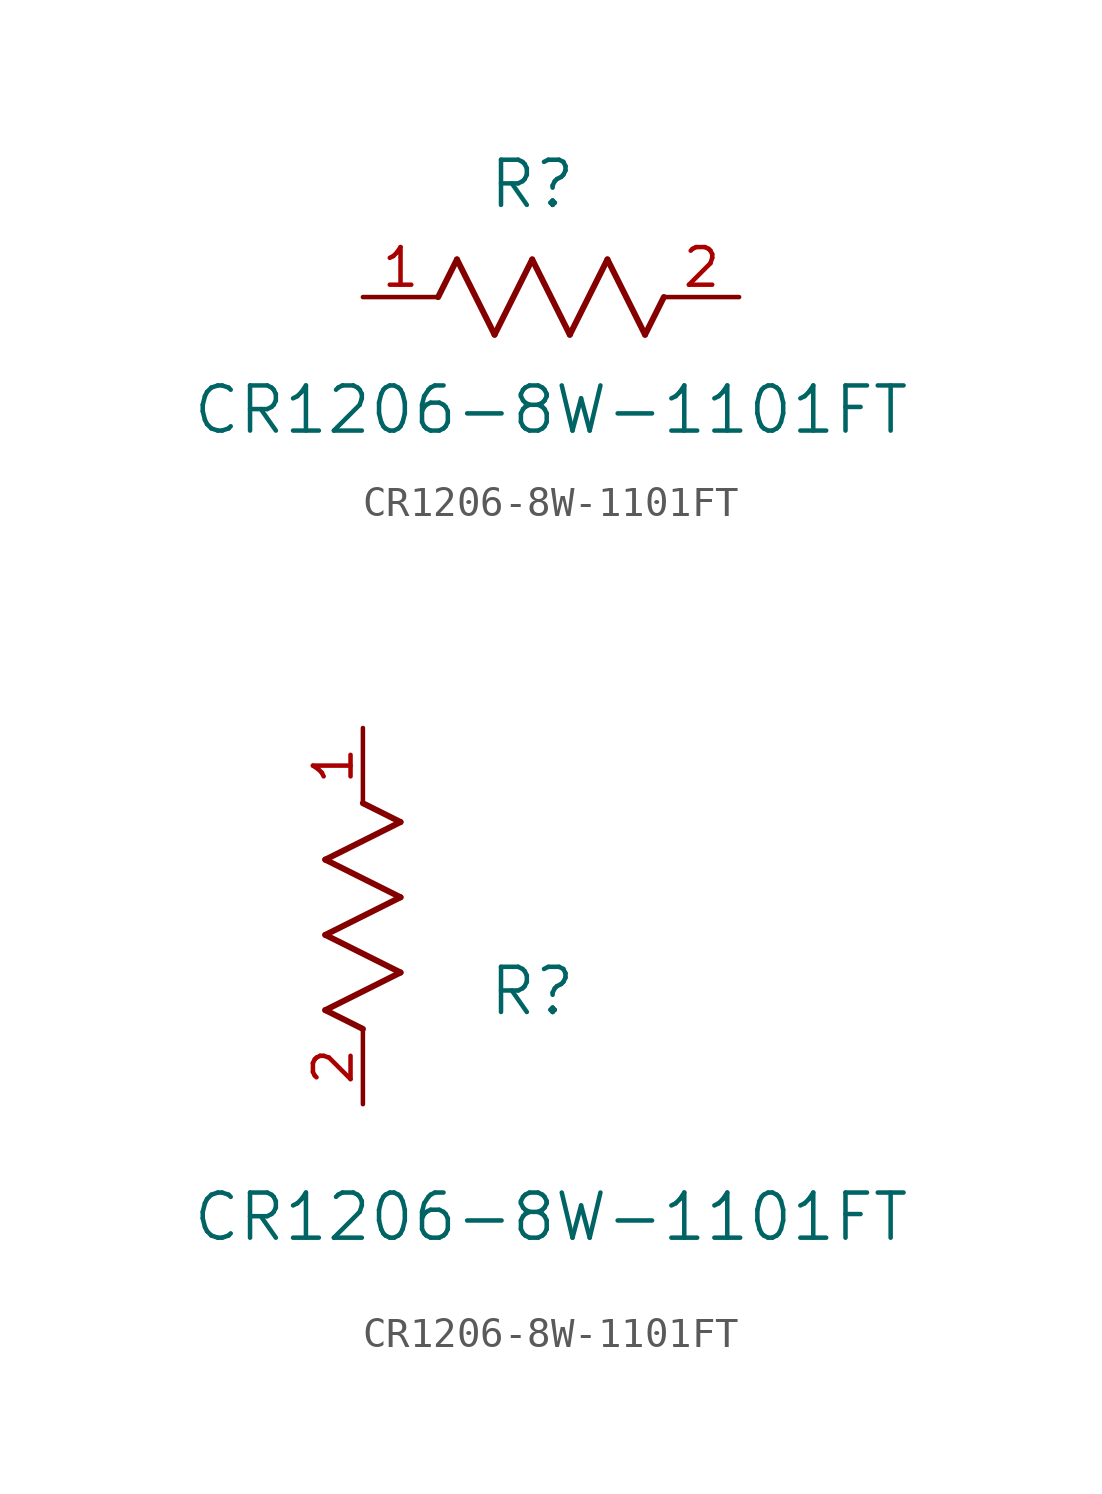
<source format=kicad_sym>
(kicad_symbol_lib
  (version 20211014)
  (generator kicad_symbol_editor)
  (symbol "CR1206-8W-1101FT"
    (pin_names
      (offset 0.254))
    (property "Reference" "R"
      (at 5.715 3.81 0)
      (effects (font (size 1.524 1.524))))
    (property "Value" "CR1206-8W-1101FT"
      (at 6.35 -3.81 0)
      (effects (font (size 1.524 1.524))))
    (symbol "CR1206-8W-1101FT_1_1"
      (polyline (pts (xy 3.175 1.27) (xy 4.445 -1.27)) (stroke (width 0.203) (type default) (color 0 0 0 0)) (fill (type none)))
      (polyline (pts (xy 4.445 -1.27) (xy 5.715 1.27)) (stroke (width 0.203) (type default) (color 0 0 0 0)) (fill (type none)))
      (polyline (pts (xy 5.715 1.27) (xy 6.985 -1.27)) (stroke (width 0.203) (type default) (color 0 0 0 0)) (fill (type none)))
      (polyline (pts (xy 6.985 -1.27) (xy 8.255 1.27)) (stroke (width 0.203) (type default) (color 0 0 0 0)) (fill (type none)))
      (polyline (pts (xy 8.255 1.27) (xy 9.525 -1.27)) (stroke (width 0.203) (type default) (color 0 0 0 0)) (fill (type none)))
      (polyline (pts (xy 2.54 0) (xy 3.175 1.27)) (stroke (width 0.203) (type default) (color 0 0 0 0)) (fill (type none)))
      (polyline (pts (xy 9.525 -1.27) (xy 10.16 0)) (stroke (width 0.203) (type default) (color 0 0 0 0)) (fill (type none)))
      (pin unspecified line (at 0 0 0) (length 2.54) (name "" (effects (font (size 1.27 1.27)))) (number "1" (effects (font (size 1.27 1.27)))))
      (pin unspecified line (at 12.7 0 180) (length 2.54) (name "" (effects (font (size 1.27 1.27)))) (number "2" (effects (font (size 1.27 1.27))))))
    (symbol "CR1206-8W-1101FT_1_2"
      (polyline (pts (xy 0 2.54) (xy -1.27 3.175)) (stroke (width 0.203) (type default) (color 0 0 0 0)) (fill (type none)))
      (polyline (pts (xy -1.27 3.175) (xy 1.27 4.445)) (stroke (width 0.203) (type default) (color 0 0 0 0)) (fill (type none)))
      (polyline (pts (xy 1.27 4.445) (xy -1.27 5.715)) (stroke (width 0.203) (type default) (color 0 0 0 0)) (fill (type none)))
      (polyline (pts (xy -1.27 5.715) (xy 1.27 6.985)) (stroke (width 0.203) (type default) (color 0 0 0 0)) (fill (type none)))
      (polyline (pts (xy -1.27 8.255) (xy 1.27 9.525)) (stroke (width 0.203) (type default) (color 0 0 0 0)) (fill (type none)))
      (polyline (pts (xy 1.27 9.525) (xy 0 10.16)) (stroke (width 0.203) (type default) (color 0 0 0 0)) (fill (type none)))
      (polyline (pts (xy 1.27 6.985) (xy -1.27 8.255)) (stroke (width 0.203) (type default) (color 0 0 0 0)) (fill (type none)))
      (pin unspecified line (at 0 12.7 270) (length 2.54) (name "" (effects (font (size 1.27 1.27)))) (number "1" (effects (font (size 1.27 1.27)))))
      (pin unspecified line (at 0 0 90) (length 2.54) (name "" (effects (font (size 1.27 1.27)))) (number "2" (effects (font (size 1.27 1.27))))))))
</source>
